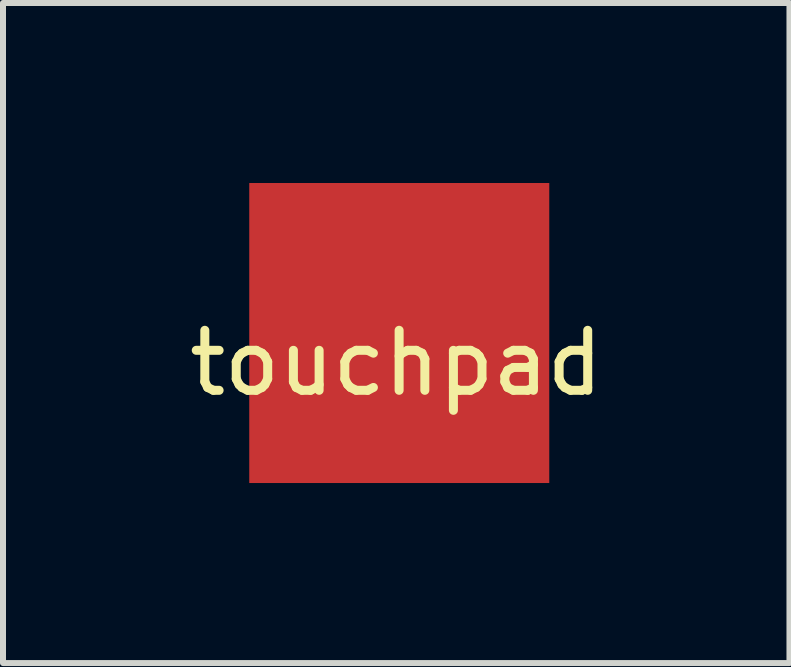
<source format=kicad_pcb>
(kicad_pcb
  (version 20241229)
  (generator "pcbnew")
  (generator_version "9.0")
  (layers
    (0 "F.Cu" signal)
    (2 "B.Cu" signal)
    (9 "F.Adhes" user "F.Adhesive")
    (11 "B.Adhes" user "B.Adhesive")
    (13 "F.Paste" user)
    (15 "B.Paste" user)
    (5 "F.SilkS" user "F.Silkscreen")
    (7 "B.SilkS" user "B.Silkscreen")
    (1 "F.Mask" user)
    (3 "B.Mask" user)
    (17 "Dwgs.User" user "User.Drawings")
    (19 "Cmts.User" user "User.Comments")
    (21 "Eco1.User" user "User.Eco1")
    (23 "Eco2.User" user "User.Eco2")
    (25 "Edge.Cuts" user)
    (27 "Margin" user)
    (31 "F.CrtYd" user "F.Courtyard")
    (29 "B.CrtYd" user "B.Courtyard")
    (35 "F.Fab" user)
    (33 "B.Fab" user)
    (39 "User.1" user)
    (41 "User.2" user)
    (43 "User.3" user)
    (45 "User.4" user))
  (footprint "touchpad"
    (layer "F.Cu")
    (at 3.554 2.5)
    (property "Reference" "touchpad" (at 0 0.5 0) (layer "F.SilkS") (effects (font (size 1 1) (thickness 0.15))))
    (attr through_hole)
    (pad "1" smd rect (at 0.05 0) (size 5 5) (layers "F.Cu" "F.Mask" "F.Paste")))
  (gr_rect
    (start -3 -3)
    (end 10.107 8)
    (stroke (width 0.1) (type default))
    (fill no)
    (layer "Edge.Cuts")))
</source>
